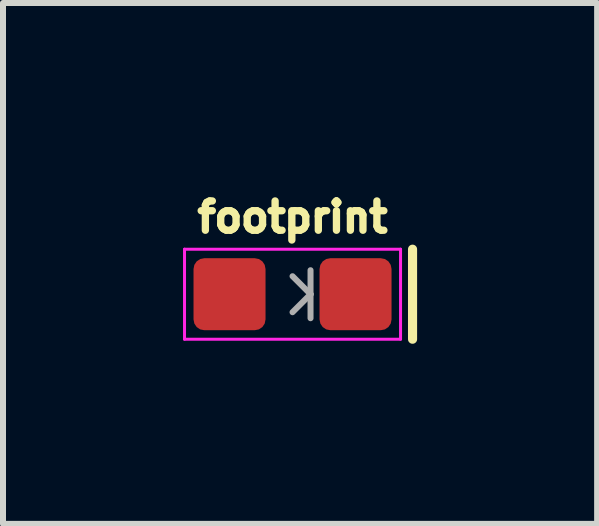
<source format=kicad_pcb>
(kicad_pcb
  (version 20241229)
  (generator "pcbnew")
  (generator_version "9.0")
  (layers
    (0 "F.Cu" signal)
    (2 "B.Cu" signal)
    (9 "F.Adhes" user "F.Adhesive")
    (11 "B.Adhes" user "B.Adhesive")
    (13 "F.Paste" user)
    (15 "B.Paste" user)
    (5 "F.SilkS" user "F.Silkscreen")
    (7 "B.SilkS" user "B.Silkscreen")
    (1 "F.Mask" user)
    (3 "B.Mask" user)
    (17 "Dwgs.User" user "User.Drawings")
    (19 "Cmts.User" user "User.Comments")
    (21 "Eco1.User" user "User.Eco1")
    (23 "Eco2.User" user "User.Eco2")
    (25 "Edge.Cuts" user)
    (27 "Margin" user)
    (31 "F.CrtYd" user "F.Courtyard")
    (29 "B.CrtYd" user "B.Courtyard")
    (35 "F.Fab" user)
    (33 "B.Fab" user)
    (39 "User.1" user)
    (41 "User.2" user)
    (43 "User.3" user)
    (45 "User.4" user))
  (footprint "footprint"
    (layer "F.Cu")
    (at 1.825 1.853)
    (property "Reference" "footprint" (at 0 -1 0) (layer "F.SilkS") (effects (font (size 0.488 0.488) (thickness 0.122)) (justify bottom)))
    (fp_line (start 2 -0.75) (end 2 0.75) (stroke (width 0.152) (type solid)) (layer "F.SilkS"))
    (fp_line (start -1.8 -0.75) (end -1.8 0.75) (stroke (width 0.05) (type solid)) (layer "F.CrtYd"))
    (fp_line (start -1.8 0.75) (end 1.8 0.75) (stroke (width 0.05) (type solid)) (layer "F.CrtYd"))
    (fp_line (start 1.8 -0.75) (end -1.8 -0.75) (stroke (width 0.05) (type solid)) (layer "F.CrtYd"))
    (fp_line (start 1.8 0.75) (end 1.8 -0.75) (stroke (width 0.05) (type solid)) (layer "F.CrtYd"))
    (fp_line (start 0 -0.3) (end 0.3 0) (stroke (width 0.1) (type solid)) (layer "F.Fab"))
    (fp_line (start 0 0.3) (end 0.3 0) (stroke (width 0.1) (type solid)) (layer "F.Fab"))
    (fp_line (start 0.3 -0.4) (end 0.3 0) (stroke (width 0.1) (type solid)) (layer "F.Fab"))
    (fp_line (start 0.3 0) (end 0.3 0.4) (stroke (width 0.1) (type solid)) (layer "F.Fab"))
    (pad "A" smd roundrect (at -1.05 0) (size 1.2 1.2) (layers "F.Cu" "F.Mask" "F.Paste") (roundrect_rratio 0.15))
    (pad "C" smd roundrect (at 1.05 0) (size 1.2 1.2) (layers "F.Cu" "F.Mask" "F.Paste") (roundrect_rratio 0.15)))
  (gr_rect
    (start -3 -3)
    (end 6.901 5.68)
    (stroke (width 0.1) (type default))
    (fill no)
    (layer "Edge.Cuts")))
</source>
